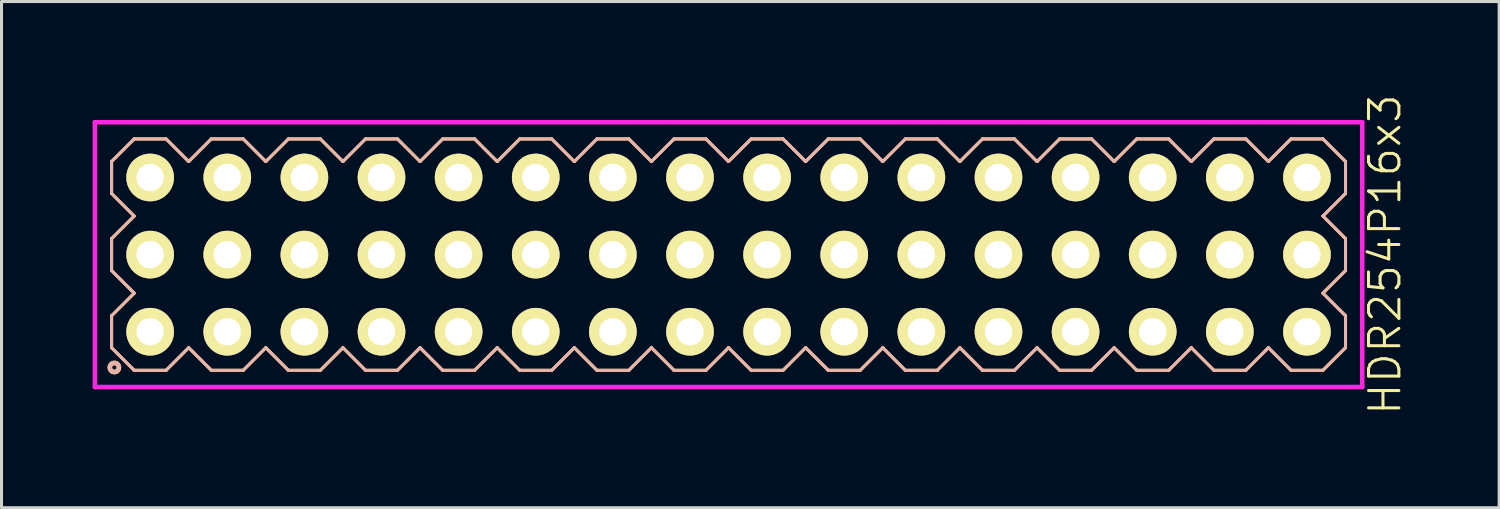
<source format=kicad_pcb>
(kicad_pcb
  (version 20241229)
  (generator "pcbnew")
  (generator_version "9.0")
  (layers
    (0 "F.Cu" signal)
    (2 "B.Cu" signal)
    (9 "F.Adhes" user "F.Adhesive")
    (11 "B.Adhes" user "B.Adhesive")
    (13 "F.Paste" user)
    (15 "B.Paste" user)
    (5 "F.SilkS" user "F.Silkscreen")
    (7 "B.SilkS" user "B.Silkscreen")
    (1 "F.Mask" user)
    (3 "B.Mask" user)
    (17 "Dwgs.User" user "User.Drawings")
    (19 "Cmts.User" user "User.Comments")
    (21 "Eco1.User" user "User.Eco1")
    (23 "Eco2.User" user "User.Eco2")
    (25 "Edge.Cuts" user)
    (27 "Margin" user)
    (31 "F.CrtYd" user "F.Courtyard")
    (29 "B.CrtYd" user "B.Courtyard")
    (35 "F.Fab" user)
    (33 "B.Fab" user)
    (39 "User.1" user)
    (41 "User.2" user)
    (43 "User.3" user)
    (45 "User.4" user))
  (footprint "HDR254P16x3"
    (layer "F.Cu")
    (at 20.945 5.336)
    (property "Reference" "HDR254P16x3" (at 21.62 0 90) (layer "F.SilkS") (effects (font (size 1 1) (thickness 0.1))))
    (attr through_hole)
    (fp_line (start -20.32 -3.066) (end -19.576 -3.81) (stroke (width 0.1) (type solid)) (layer "F.SilkS"))
    (fp_line (start -20.32 -2.014) (end -20.32 -3.066) (stroke (width 0.1) (type solid)) (layer "F.SilkS"))
    (fp_line (start -20.32 -0.526) (end -19.576 -1.27) (stroke (width 0.1) (type solid)) (layer "F.SilkS"))
    (fp_line (start -20.32 0.526) (end -20.32 -0.526) (stroke (width 0.1) (type solid)) (layer "F.SilkS"))
    (fp_line (start -20.32 2.014) (end -19.576 1.27) (stroke (width 0.1) (type solid)) (layer "F.SilkS"))
    (fp_line (start -20.32 3.066) (end -20.32 2.014) (stroke (width 0.1) (type solid)) (layer "F.SilkS"))
    (fp_line (start -19.576 -3.81) (end -18.524 -3.81) (stroke (width 0.1) (type solid)) (layer "F.SilkS"))
    (fp_line (start -19.576 -1.27) (end -20.32 -2.014) (stroke (width 0.1) (type solid)) (layer "F.SilkS"))
    (fp_line (start -19.576 1.27) (end -20.32 0.526) (stroke (width 0.1) (type solid)) (layer "F.SilkS"))
    (fp_line (start -19.576 3.81) (end -20.32 3.066) (stroke (width 0.1) (type solid)) (layer "F.SilkS"))
    (fp_line (start -18.524 -3.81) (end -17.78 -3.066) (stroke (width 0.1) (type solid)) (layer "F.SilkS"))
    (fp_line (start -18.524 3.81) (end -19.576 3.81) (stroke (width 0.1) (type solid)) (layer "F.SilkS"))
    (fp_line (start -17.78 -3.066) (end -17.036 -3.81) (stroke (width 0.1) (type solid)) (layer "F.SilkS"))
    (fp_line (start -17.78 3.066) (end -18.524 3.81) (stroke (width 0.1) (type solid)) (layer "F.SilkS"))
    (fp_line (start -17.036 -3.81) (end -15.984 -3.81) (stroke (width 0.1) (type solid)) (layer "F.SilkS"))
    (fp_line (start -17.036 3.81) (end -17.78 3.066) (stroke (width 0.1) (type solid)) (layer "F.SilkS"))
    (fp_line (start -15.984 -3.81) (end -15.24 -3.066) (stroke (width 0.1) (type solid)) (layer "F.SilkS"))
    (fp_line (start -15.984 3.81) (end -17.036 3.81) (stroke (width 0.1) (type solid)) (layer "F.SilkS"))
    (fp_line (start -15.24 -3.066) (end -14.496 -3.81) (stroke (width 0.1) (type solid)) (layer "F.SilkS"))
    (fp_line (start -15.24 3.066) (end -15.984 3.81) (stroke (width 0.1) (type solid)) (layer "F.SilkS"))
    (fp_line (start -14.496 -3.81) (end -13.444 -3.81) (stroke (width 0.1) (type solid)) (layer "F.SilkS"))
    (fp_line (start -14.496 3.81) (end -15.24 3.066) (stroke (width 0.1) (type solid)) (layer "F.SilkS"))
    (fp_line (start -13.444 -3.81) (end -12.7 -3.066) (stroke (width 0.1) (type solid)) (layer "F.SilkS"))
    (fp_line (start -13.444 3.81) (end -14.496 3.81) (stroke (width 0.1) (type solid)) (layer "F.SilkS"))
    (fp_line (start -12.7 -3.066) (end -11.956 -3.81) (stroke (width 0.1) (type solid)) (layer "F.SilkS"))
    (fp_line (start -12.7 3.066) (end -13.444 3.81) (stroke (width 0.1) (type solid)) (layer "F.SilkS"))
    (fp_line (start -11.956 -3.81) (end -10.904 -3.81) (stroke (width 0.1) (type solid)) (layer "F.SilkS"))
    (fp_line (start -11.956 3.81) (end -12.7 3.066) (stroke (width 0.1) (type solid)) (layer "F.SilkS"))
    (fp_line (start -10.904 -3.81) (end -10.16 -3.066) (stroke (width 0.1) (type solid)) (layer "F.SilkS"))
    (fp_line (start -10.904 3.81) (end -11.956 3.81) (stroke (width 0.1) (type solid)) (layer "F.SilkS"))
    (fp_line (start -10.16 -3.066) (end -9.416 -3.81) (stroke (width 0.1) (type solid)) (layer "F.SilkS"))
    (fp_line (start -10.16 3.066) (end -10.904 3.81) (stroke (width 0.1) (type solid)) (layer "F.SilkS"))
    (fp_line (start -9.416 -3.81) (end -8.364 -3.81) (stroke (width 0.1) (type solid)) (layer "F.SilkS"))
    (fp_line (start -9.416 3.81) (end -10.16 3.066) (stroke (width 0.1) (type solid)) (layer "F.SilkS"))
    (fp_line (start -8.364 -3.81) (end -7.62 -3.066) (stroke (width 0.1) (type solid)) (layer "F.SilkS"))
    (fp_line (start -8.364 3.81) (end -9.416 3.81) (stroke (width 0.1) (type solid)) (layer "F.SilkS"))
    (fp_line (start -7.62 -3.066) (end -6.876 -3.81) (stroke (width 0.1) (type solid)) (layer "F.SilkS"))
    (fp_line (start -7.62 3.066) (end -8.364 3.81) (stroke (width 0.1) (type solid)) (layer "F.SilkS"))
    (fp_line (start -6.876 -3.81) (end -5.824 -3.81) (stroke (width 0.1) (type solid)) (layer "F.SilkS"))
    (fp_line (start -6.876 3.81) (end -7.62 3.066) (stroke (width 0.1) (type solid)) (layer "F.SilkS"))
    (fp_line (start -5.824 -3.81) (end -5.08 -3.066) (stroke (width 0.1) (type solid)) (layer "F.SilkS"))
    (fp_line (start -5.824 3.81) (end -6.876 3.81) (stroke (width 0.1) (type solid)) (layer "F.SilkS"))
    (fp_line (start -5.08 -3.066) (end -4.336 -3.81) (stroke (width 0.1) (type solid)) (layer "F.SilkS"))
    (fp_line (start -5.08 3.066) (end -5.824 3.81) (stroke (width 0.1) (type solid)) (layer "F.SilkS"))
    (fp_line (start -4.336 -3.81) (end -3.284 -3.81) (stroke (width 0.1) (type solid)) (layer "F.SilkS"))
    (fp_line (start -4.336 3.81) (end -5.08 3.066) (stroke (width 0.1) (type solid)) (layer "F.SilkS"))
    (fp_line (start -3.284 -3.81) (end -2.54 -3.066) (stroke (width 0.1) (type solid)) (layer "F.SilkS"))
    (fp_line (start -3.284 3.81) (end -4.336 3.81) (stroke (width 0.1) (type solid)) (layer "F.SilkS"))
    (fp_line (start -2.54 -3.066) (end -1.796 -3.81) (stroke (width 0.1) (type solid)) (layer "F.SilkS"))
    (fp_line (start -2.54 3.066) (end -3.284 3.81) (stroke (width 0.1) (type solid)) (layer "F.SilkS"))
    (fp_line (start -1.796 -3.81) (end -0.744 -3.81) (stroke (width 0.1) (type solid)) (layer "F.SilkS"))
    (fp_line (start -1.796 3.81) (end -2.54 3.066) (stroke (width 0.1) (type solid)) (layer "F.SilkS"))
    (fp_line (start -0.744 -3.81) (end 0 -3.066) (stroke (width 0.1) (type solid)) (layer "F.SilkS"))
    (fp_line (start -0.744 3.81) (end -1.796 3.81) (stroke (width 0.1) (type solid)) (layer "F.SilkS"))
    (fp_line (start 0 -3.066) (end 0.744 -3.81) (stroke (width 0.1) (type solid)) (layer "F.SilkS"))
    (fp_line (start 0 3.066) (end -0.744 3.81) (stroke (width 0.1) (type solid)) (layer "F.SilkS"))
    (fp_line (start 0.744 -3.81) (end 1.796 -3.81) (stroke (width 0.1) (type solid)) (layer "F.SilkS"))
    (fp_line (start 0.744 3.81) (end 0 3.066) (stroke (width 0.1) (type solid)) (layer "F.SilkS"))
    (fp_line (start 1.796 -3.81) (end 2.54 -3.066) (stroke (width 0.1) (type solid)) (layer "F.SilkS"))
    (fp_line (start 1.796 3.81) (end 0.744 3.81) (stroke (width 0.1) (type solid)) (layer "F.SilkS"))
    (fp_line (start 2.54 -3.066) (end 3.284 -3.81) (stroke (width 0.1) (type solid)) (layer "F.SilkS"))
    (fp_line (start 2.54 3.066) (end 1.796 3.81) (stroke (width 0.1) (type solid)) (layer "F.SilkS"))
    (fp_line (start 3.284 -3.81) (end 4.336 -3.81) (stroke (width 0.1) (type solid)) (layer "F.SilkS"))
    (fp_line (start 3.284 3.81) (end 2.54 3.066) (stroke (width 0.1) (type solid)) (layer "F.SilkS"))
    (fp_line (start 4.336 -3.81) (end 5.08 -3.066) (stroke (width 0.1) (type solid)) (layer "F.SilkS"))
    (fp_line (start 4.336 3.81) (end 3.284 3.81) (stroke (width 0.1) (type solid)) (layer "F.SilkS"))
    (fp_line (start 5.08 -3.066) (end 5.824 -3.81) (stroke (width 0.1) (type solid)) (layer "F.SilkS"))
    (fp_line (start 5.08 3.066) (end 4.336 3.81) (stroke (width 0.1) (type solid)) (layer "F.SilkS"))
    (fp_line (start 5.824 -3.81) (end 6.876 -3.81) (stroke (width 0.1) (type solid)) (layer "F.SilkS"))
    (fp_line (start 5.824 3.81) (end 5.08 3.066) (stroke (width 0.1) (type solid)) (layer "F.SilkS"))
    (fp_line (start 6.876 -3.81) (end 7.62 -3.066) (stroke (width 0.1) (type solid)) (layer "F.SilkS"))
    (fp_line (start 6.876 3.81) (end 5.824 3.81) (stroke (width 0.1) (type solid)) (layer "F.SilkS"))
    (fp_line (start 7.62 -3.066) (end 8.364 -3.81) (stroke (width 0.1) (type solid)) (layer "F.SilkS"))
    (fp_line (start 7.62 3.066) (end 6.876 3.81) (stroke (width 0.1) (type solid)) (layer "F.SilkS"))
    (fp_line (start 8.364 -3.81) (end 9.416 -3.81) (stroke (width 0.1) (type solid)) (layer "F.SilkS"))
    (fp_line (start 8.364 3.81) (end 7.62 3.066) (stroke (width 0.1) (type solid)) (layer "F.SilkS"))
    (fp_line (start 9.416 -3.81) (end 10.16 -3.066) (stroke (width 0.1) (type solid)) (layer "F.SilkS"))
    (fp_line (start 9.416 3.81) (end 8.364 3.81) (stroke (width 0.1) (type solid)) (layer "F.SilkS"))
    (fp_line (start 10.16 -3.066) (end 10.904 -3.81) (stroke (width 0.1) (type solid)) (layer "F.SilkS"))
    (fp_line (start 10.16 3.066) (end 9.416 3.81) (stroke (width 0.1) (type solid)) (layer "F.SilkS"))
    (fp_line (start 10.904 -3.81) (end 11.956 -3.81) (stroke (width 0.1) (type solid)) (layer "F.SilkS"))
    (fp_line (start 10.904 3.81) (end 10.16 3.066) (stroke (width 0.1) (type solid)) (layer "F.SilkS"))
    (fp_line (start 11.956 -3.81) (end 12.7 -3.066) (stroke (width 0.1) (type solid)) (layer "F.SilkS"))
    (fp_line (start 11.956 3.81) (end 10.904 3.81) (stroke (width 0.1) (type solid)) (layer "F.SilkS"))
    (fp_line (start 12.7 -3.066) (end 13.444 -3.81) (stroke (width 0.1) (type solid)) (layer "F.SilkS"))
    (fp_line (start 12.7 3.066) (end 11.956 3.81) (stroke (width 0.1) (type solid)) (layer "F.SilkS"))
    (fp_line (start 13.444 -3.81) (end 14.496 -3.81) (stroke (width 0.1) (type solid)) (layer "F.SilkS"))
    (fp_line (start 13.444 3.81) (end 12.7 3.066) (stroke (width 0.1) (type solid)) (layer "F.SilkS"))
    (fp_line (start 14.496 -3.81) (end 15.24 -3.066) (stroke (width 0.1) (type solid)) (layer "F.SilkS"))
    (fp_line (start 14.496 3.81) (end 13.444 3.81) (stroke (width 0.1) (type solid)) (layer "F.SilkS"))
    (fp_line (start 15.24 -3.066) (end 15.984 -3.81) (stroke (width 0.1) (type solid)) (layer "F.SilkS"))
    (fp_line (start 15.24 3.066) (end 14.496 3.81) (stroke (width 0.1) (type solid)) (layer "F.SilkS"))
    (fp_line (start 15.984 -3.81) (end 17.036 -3.81) (stroke (width 0.1) (type solid)) (layer "F.SilkS"))
    (fp_line (start 15.984 3.81) (end 15.24 3.066) (stroke (width 0.1) (type solid)) (layer "F.SilkS"))
    (fp_line (start 17.036 -3.81) (end 17.78 -3.066) (stroke (width 0.1) (type solid)) (layer "F.SilkS"))
    (fp_line (start 17.036 3.81) (end 15.984 3.81) (stroke (width 0.1) (type solid)) (layer "F.SilkS"))
    (fp_line (start 17.78 -3.066) (end 18.524 -3.81) (stroke (width 0.1) (type solid)) (layer "F.SilkS"))
    (fp_line (start 17.78 3.066) (end 17.036 3.81) (stroke (width 0.1) (type solid)) (layer "F.SilkS"))
    (fp_line (start 18.524 -3.81) (end 19.576 -3.81) (stroke (width 0.1) (type solid)) (layer "F.SilkS"))
    (fp_line (start 18.524 3.81) (end 17.78 3.066) (stroke (width 0.1) (type solid)) (layer "F.SilkS"))
    (fp_line (start 19.576 -3.81) (end 20.32 -3.066) (stroke (width 0.1) (type solid)) (layer "F.SilkS"))
    (fp_line (start 19.576 -1.27) (end 20.32 -0.526) (stroke (width 0.1) (type solid)) (layer "F.SilkS"))
    (fp_line (start 19.576 1.27) (end 20.32 2.014) (stroke (width 0.1) (type solid)) (layer "F.SilkS"))
    (fp_line (start 19.576 3.81) (end 18.524 3.81) (stroke (width 0.1) (type solid)) (layer "F.SilkS"))
    (fp_line (start 20.32 -3.066) (end 20.32 -2.014) (stroke (width 0.1) (type solid)) (layer "F.SilkS"))
    (fp_line (start 20.32 -2.014) (end 19.576 -1.27) (stroke (width 0.1) (type solid)) (layer "F.SilkS"))
    (fp_line (start 20.32 -0.526) (end 20.32 0.526) (stroke (width 0.1) (type solid)) (layer "F.SilkS"))
    (fp_line (start 20.32 0.526) (end 19.576 1.27) (stroke (width 0.1) (type solid)) (layer "F.SilkS"))
    (fp_line (start 20.32 2.014) (end 20.32 3.066) (stroke (width 0.1) (type solid)) (layer "F.SilkS"))
    (fp_line (start 20.32 3.066) (end 19.576 3.81) (stroke (width 0.1) (type solid)) (layer "F.SilkS"))
    (fp_circle (center -20.228 3.718) (end -20.078 3.718) (stroke (width 0.15) (type solid)) (fill no) (layer "F.SilkS"))
    (fp_line (start -20.32 -3.066) (end -19.576 -3.81) (stroke (width 0.1) (type solid)) (layer "B.SilkS"))
    (fp_line (start -20.32 -2.014) (end -20.32 -3.066) (stroke (width 0.1) (type solid)) (layer "B.SilkS"))
    (fp_line (start -20.32 -0.526) (end -19.576 -1.27) (stroke (width 0.1) (type solid)) (layer "B.SilkS"))
    (fp_line (start -20.32 0.526) (end -20.32 -0.526) (stroke (width 0.1) (type solid)) (layer "B.SilkS"))
    (fp_line (start -20.32 2.014) (end -19.576 1.27) (stroke (width 0.1) (type solid)) (layer "B.SilkS"))
    (fp_line (start -20.32 3.066) (end -20.32 2.014) (stroke (width 0.1) (type solid)) (layer "B.SilkS"))
    (fp_line (start -19.576 -3.81) (end -18.524 -3.81) (stroke (width 0.1) (type solid)) (layer "B.SilkS"))
    (fp_line (start -19.576 -1.27) (end -20.32 -2.014) (stroke (width 0.1) (type solid)) (layer "B.SilkS"))
    (fp_line (start -19.576 1.27) (end -20.32 0.526) (stroke (width 0.1) (type solid)) (layer "B.SilkS"))
    (fp_line (start -19.576 3.81) (end -20.32 3.066) (stroke (width 0.1) (type solid)) (layer "B.SilkS"))
    (fp_line (start -18.524 -3.81) (end -17.78 -3.066) (stroke (width 0.1) (type solid)) (layer "B.SilkS"))
    (fp_line (start -18.524 3.81) (end -19.576 3.81) (stroke (width 0.1) (type solid)) (layer "B.SilkS"))
    (fp_line (start -17.78 -3.066) (end -17.036 -3.81) (stroke (width 0.1) (type solid)) (layer "B.SilkS"))
    (fp_line (start -17.78 3.066) (end -18.524 3.81) (stroke (width 0.1) (type solid)) (layer "B.SilkS"))
    (fp_line (start -17.036 -3.81) (end -15.984 -3.81) (stroke (width 0.1) (type solid)) (layer "B.SilkS"))
    (fp_line (start -17.036 3.81) (end -17.78 3.066) (stroke (width 0.1) (type solid)) (layer "B.SilkS"))
    (fp_line (start -15.984 -3.81) (end -15.24 -3.066) (stroke (width 0.1) (type solid)) (layer "B.SilkS"))
    (fp_line (start -15.984 3.81) (end -17.036 3.81) (stroke (width 0.1) (type solid)) (layer "B.SilkS"))
    (fp_line (start -15.24 -3.066) (end -14.496 -3.81) (stroke (width 0.1) (type solid)) (layer "B.SilkS"))
    (fp_line (start -15.24 3.066) (end -15.984 3.81) (stroke (width 0.1) (type solid)) (layer "B.SilkS"))
    (fp_line (start -14.496 -3.81) (end -13.444 -3.81) (stroke (width 0.1) (type solid)) (layer "B.SilkS"))
    (fp_line (start -14.496 3.81) (end -15.24 3.066) (stroke (width 0.1) (type solid)) (layer "B.SilkS"))
    (fp_line (start -13.444 -3.81) (end -12.7 -3.066) (stroke (width 0.1) (type solid)) (layer "B.SilkS"))
    (fp_line (start -13.444 3.81) (end -14.496 3.81) (stroke (width 0.1) (type solid)) (layer "B.SilkS"))
    (fp_line (start -12.7 -3.066) (end -11.956 -3.81) (stroke (width 0.1) (type solid)) (layer "B.SilkS"))
    (fp_line (start -12.7 3.066) (end -13.444 3.81) (stroke (width 0.1) (type solid)) (layer "B.SilkS"))
    (fp_line (start -11.956 -3.81) (end -10.904 -3.81) (stroke (width 0.1) (type solid)) (layer "B.SilkS"))
    (fp_line (start -11.956 3.81) (end -12.7 3.066) (stroke (width 0.1) (type solid)) (layer "B.SilkS"))
    (fp_line (start -10.904 -3.81) (end -10.16 -3.066) (stroke (width 0.1) (type solid)) (layer "B.SilkS"))
    (fp_line (start -10.904 3.81) (end -11.956 3.81) (stroke (width 0.1) (type solid)) (layer "B.SilkS"))
    (fp_line (start -10.16 -3.066) (end -9.416 -3.81) (stroke (width 0.1) (type solid)) (layer "B.SilkS"))
    (fp_line (start -10.16 3.066) (end -10.904 3.81) (stroke (width 0.1) (type solid)) (layer "B.SilkS"))
    (fp_line (start -9.416 -3.81) (end -8.364 -3.81) (stroke (width 0.1) (type solid)) (layer "B.SilkS"))
    (fp_line (start -9.416 3.81) (end -10.16 3.066) (stroke (width 0.1) (type solid)) (layer "B.SilkS"))
    (fp_line (start -8.364 -3.81) (end -7.62 -3.066) (stroke (width 0.1) (type solid)) (layer "B.SilkS"))
    (fp_line (start -8.364 3.81) (end -9.416 3.81) (stroke (width 0.1) (type solid)) (layer "B.SilkS"))
    (fp_line (start -7.62 -3.066) (end -6.876 -3.81) (stroke (width 0.1) (type solid)) (layer "B.SilkS"))
    (fp_line (start -7.62 3.066) (end -8.364 3.81) (stroke (width 0.1) (type solid)) (layer "B.SilkS"))
    (fp_line (start -6.876 -3.81) (end -5.824 -3.81) (stroke (width 0.1) (type solid)) (layer "B.SilkS"))
    (fp_line (start -6.876 3.81) (end -7.62 3.066) (stroke (width 0.1) (type solid)) (layer "B.SilkS"))
    (fp_line (start -5.824 -3.81) (end -5.08 -3.066) (stroke (width 0.1) (type solid)) (layer "B.SilkS"))
    (fp_line (start -5.824 3.81) (end -6.876 3.81) (stroke (width 0.1) (type solid)) (layer "B.SilkS"))
    (fp_line (start -5.08 -3.066) (end -4.336 -3.81) (stroke (width 0.1) (type solid)) (layer "B.SilkS"))
    (fp_line (start -5.08 3.066) (end -5.824 3.81) (stroke (width 0.1) (type solid)) (layer "B.SilkS"))
    (fp_line (start -4.336 -3.81) (end -3.284 -3.81) (stroke (width 0.1) (type solid)) (layer "B.SilkS"))
    (fp_line (start -4.336 3.81) (end -5.08 3.066) (stroke (width 0.1) (type solid)) (layer "B.SilkS"))
    (fp_line (start -3.284 -3.81) (end -2.54 -3.066) (stroke (width 0.1) (type solid)) (layer "B.SilkS"))
    (fp_line (start -3.284 3.81) (end -4.336 3.81) (stroke (width 0.1) (type solid)) (layer "B.SilkS"))
    (fp_line (start -2.54 -3.066) (end -1.796 -3.81) (stroke (width 0.1) (type solid)) (layer "B.SilkS"))
    (fp_line (start -2.54 3.066) (end -3.284 3.81) (stroke (width 0.1) (type solid)) (layer "B.SilkS"))
    (fp_line (start -1.796 -3.81) (end -0.744 -3.81) (stroke (width 0.1) (type solid)) (layer "B.SilkS"))
    (fp_line (start -1.796 3.81) (end -2.54 3.066) (stroke (width 0.1) (type solid)) (layer "B.SilkS"))
    (fp_line (start -0.744 -3.81) (end 0 -3.066) (stroke (width 0.1) (type solid)) (layer "B.SilkS"))
    (fp_line (start -0.744 3.81) (end -1.796 3.81) (stroke (width 0.1) (type solid)) (layer "B.SilkS"))
    (fp_line (start 0 -3.066) (end 0.744 -3.81) (stroke (width 0.1) (type solid)) (layer "B.SilkS"))
    (fp_line (start 0 3.066) (end -0.744 3.81) (stroke (width 0.1) (type solid)) (layer "B.SilkS"))
    (fp_line (start 0.744 -3.81) (end 1.796 -3.81) (stroke (width 0.1) (type solid)) (layer "B.SilkS"))
    (fp_line (start 0.744 3.81) (end 0 3.066) (stroke (width 0.1) (type solid)) (layer "B.SilkS"))
    (fp_line (start 1.796 -3.81) (end 2.54 -3.066) (stroke (width 0.1) (type solid)) (layer "B.SilkS"))
    (fp_line (start 1.796 3.81) (end 0.744 3.81) (stroke (width 0.1) (type solid)) (layer "B.SilkS"))
    (fp_line (start 2.54 -3.066) (end 3.284 -3.81) (stroke (width 0.1) (type solid)) (layer "B.SilkS"))
    (fp_line (start 2.54 3.066) (end 1.796 3.81) (stroke (width 0.1) (type solid)) (layer "B.SilkS"))
    (fp_line (start 3.284 -3.81) (end 4.336 -3.81) (stroke (width 0.1) (type solid)) (layer "B.SilkS"))
    (fp_line (start 3.284 3.81) (end 2.54 3.066) (stroke (width 0.1) (type solid)) (layer "B.SilkS"))
    (fp_line (start 4.336 -3.81) (end 5.08 -3.066) (stroke (width 0.1) (type solid)) (layer "B.SilkS"))
    (fp_line (start 4.336 3.81) (end 3.284 3.81) (stroke (width 0.1) (type solid)) (layer "B.SilkS"))
    (fp_line (start 5.08 -3.066) (end 5.824 -3.81) (stroke (width 0.1) (type solid)) (layer "B.SilkS"))
    (fp_line (start 5.08 3.066) (end 4.336 3.81) (stroke (width 0.1) (type solid)) (layer "B.SilkS"))
    (fp_line (start 5.824 -3.81) (end 6.876 -3.81) (stroke (width 0.1) (type solid)) (layer "B.SilkS"))
    (fp_line (start 5.824 3.81) (end 5.08 3.066) (stroke (width 0.1) (type solid)) (layer "B.SilkS"))
    (fp_line (start 6.876 -3.81) (end 7.62 -3.066) (stroke (width 0.1) (type solid)) (layer "B.SilkS"))
    (fp_line (start 6.876 3.81) (end 5.824 3.81) (stroke (width 0.1) (type solid)) (layer "B.SilkS"))
    (fp_line (start 7.62 -3.066) (end 8.364 -3.81) (stroke (width 0.1) (type solid)) (layer "B.SilkS"))
    (fp_line (start 7.62 3.066) (end 6.876 3.81) (stroke (width 0.1) (type solid)) (layer "B.SilkS"))
    (fp_line (start 8.364 -3.81) (end 9.416 -3.81) (stroke (width 0.1) (type solid)) (layer "B.SilkS"))
    (fp_line (start 8.364 3.81) (end 7.62 3.066) (stroke (width 0.1) (type solid)) (layer "B.SilkS"))
    (fp_line (start 9.416 -3.81) (end 10.16 -3.066) (stroke (width 0.1) (type solid)) (layer "B.SilkS"))
    (fp_line (start 9.416 3.81) (end 8.364 3.81) (stroke (width 0.1) (type solid)) (layer "B.SilkS"))
    (fp_line (start 10.16 -3.066) (end 10.904 -3.81) (stroke (width 0.1) (type solid)) (layer "B.SilkS"))
    (fp_line (start 10.16 3.066) (end 9.416 3.81) (stroke (width 0.1) (type solid)) (layer "B.SilkS"))
    (fp_line (start 10.904 -3.81) (end 11.956 -3.81) (stroke (width 0.1) (type solid)) (layer "B.SilkS"))
    (fp_line (start 10.904 3.81) (end 10.16 3.066) (stroke (width 0.1) (type solid)) (layer "B.SilkS"))
    (fp_line (start 11.956 -3.81) (end 12.7 -3.066) (stroke (width 0.1) (type solid)) (layer "B.SilkS"))
    (fp_line (start 11.956 3.81) (end 10.904 3.81) (stroke (width 0.1) (type solid)) (layer "B.SilkS"))
    (fp_line (start 12.7 -3.066) (end 13.444 -3.81) (stroke (width 0.1) (type solid)) (layer "B.SilkS"))
    (fp_line (start 12.7 3.066) (end 11.956 3.81) (stroke (width 0.1) (type solid)) (layer "B.SilkS"))
    (fp_line (start 13.444 -3.81) (end 14.496 -3.81) (stroke (width 0.1) (type solid)) (layer "B.SilkS"))
    (fp_line (start 13.444 3.81) (end 12.7 3.066) (stroke (width 0.1) (type solid)) (layer "B.SilkS"))
    (fp_line (start 14.496 -3.81) (end 15.24 -3.066) (stroke (width 0.1) (type solid)) (layer "B.SilkS"))
    (fp_line (start 14.496 3.81) (end 13.444 3.81) (stroke (width 0.1) (type solid)) (layer "B.SilkS"))
    (fp_line (start 15.24 -3.066) (end 15.984 -3.81) (stroke (width 0.1) (type solid)) (layer "B.SilkS"))
    (fp_line (start 15.24 3.066) (end 14.496 3.81) (stroke (width 0.1) (type solid)) (layer "B.SilkS"))
    (fp_line (start 15.984 -3.81) (end 17.036 -3.81) (stroke (width 0.1) (type solid)) (layer "B.SilkS"))
    (fp_line (start 15.984 3.81) (end 15.24 3.066) (stroke (width 0.1) (type solid)) (layer "B.SilkS"))
    (fp_line (start 17.036 -3.81) (end 17.78 -3.066) (stroke (width 0.1) (type solid)) (layer "B.SilkS"))
    (fp_line (start 17.036 3.81) (end 15.984 3.81) (stroke (width 0.1) (type solid)) (layer "B.SilkS"))
    (fp_line (start 17.78 -3.066) (end 18.524 -3.81) (stroke (width 0.1) (type solid)) (layer "B.SilkS"))
    (fp_line (start 17.78 3.066) (end 17.036 3.81) (stroke (width 0.1) (type solid)) (layer "B.SilkS"))
    (fp_line (start 18.524 -3.81) (end 19.576 -3.81) (stroke (width 0.1) (type solid)) (layer "B.SilkS"))
    (fp_line (start 18.524 3.81) (end 17.78 3.066) (stroke (width 0.1) (type solid)) (layer "B.SilkS"))
    (fp_line (start 19.576 -3.81) (end 20.32 -3.066) (stroke (width 0.1) (type solid)) (layer "B.SilkS"))
    (fp_line (start 19.576 -1.27) (end 20.32 -0.526) (stroke (width 0.1) (type solid)) (layer "B.SilkS"))
    (fp_line (start 19.576 1.27) (end 20.32 2.014) (stroke (width 0.1) (type solid)) (layer "B.SilkS"))
    (fp_line (start 19.576 3.81) (end 18.524 3.81) (stroke (width 0.1) (type solid)) (layer "B.SilkS"))
    (fp_line (start 20.32 -3.066) (end 20.32 -2.014) (stroke (width 0.1) (type solid)) (layer "B.SilkS"))
    (fp_line (start 20.32 -2.014) (end 19.576 -1.27) (stroke (width 0.1) (type solid)) (layer "B.SilkS"))
    (fp_line (start 20.32 -0.526) (end 20.32 0.526) (stroke (width 0.1) (type solid)) (layer "B.SilkS"))
    (fp_line (start 20.32 0.526) (end 19.576 1.27) (stroke (width 0.1) (type solid)) (layer "B.SilkS"))
    (fp_line (start 20.32 2.014) (end 20.32 3.066) (stroke (width 0.1) (type solid)) (layer "B.SilkS"))
    (fp_line (start 20.32 3.066) (end 19.576 3.81) (stroke (width 0.1) (type solid)) (layer "B.SilkS"))
    (fp_circle (center -20.228 3.718) (end -20.078 3.718) (stroke (width 0.15) (type solid)) (fill no) (layer "B.SilkS"))
    (fp_line (start -20.87 -4.36) (end -20.87 4.36) (stroke (width 0.15) (type solid)) (layer "F.CrtYd"))
    (fp_line (start -20.87 4.36) (end 20.87 4.36) (stroke (width 0.15) (type solid)) (layer "F.CrtYd"))
    (fp_line (start 20.87 -4.36) (end -20.87 -4.36) (stroke (width 0.15) (type solid)) (layer "F.CrtYd"))
    (fp_line (start 20.87 4.36) (end 20.87 -4.36) (stroke (width 0.15) (type solid)) (layer "F.CrtYd"))
    (pad "1" thru_hole oval (at -19.05 2.54) (size 1.57 1.57) (drill 0.9) (layers "*.Cu" "*.Mask" "F.SilkS"))
    (pad "2" thru_hole oval (at -19.05 0) (size 1.57 1.57) (drill 0.9) (layers "*.Cu" "*.Mask" "F.SilkS"))
    (pad "3" thru_hole oval (at -19.05 -2.54) (size 1.57 1.57) (drill 0.9) (layers "*.Cu" "*.Mask" "F.SilkS"))
    (pad "4" thru_hole oval (at -16.51 2.54) (size 1.57 1.57) (drill 0.9) (layers "*.Cu" "*.Mask" "F.SilkS"))
    (pad "5" thru_hole oval (at -16.51 0) (size 1.57 1.57) (drill 0.9) (layers "*.Cu" "*.Mask" "F.SilkS"))
    (pad "6" thru_hole oval (at -16.51 -2.54) (size 1.57 1.57) (drill 0.9) (layers "*.Cu" "*.Mask" "F.SilkS"))
    (pad "7" thru_hole oval (at -13.97 2.54) (size 1.57 1.57) (drill 0.9) (layers "*.Cu" "*.Mask" "F.SilkS"))
    (pad "8" thru_hole oval (at -13.97 0) (size 1.57 1.57) (drill 0.9) (layers "*.Cu" "*.Mask" "F.SilkS"))
    (pad "9" thru_hole oval (at -13.97 -2.54) (size 1.57 1.57) (drill 0.9) (layers "*.Cu" "*.Mask" "F.SilkS"))
    (pad "10" thru_hole oval (at -11.43 2.54) (size 1.57 1.57) (drill 0.9) (layers "*.Cu" "*.Mask" "F.SilkS"))
    (pad "11" thru_hole oval (at -11.43 0) (size 1.57 1.57) (drill 0.9) (layers "*.Cu" "*.Mask" "F.SilkS"))
    (pad "12" thru_hole oval (at -11.43 -2.54) (size 1.57 1.57) (drill 0.9) (layers "*.Cu" "*.Mask" "F.SilkS"))
    (pad "13" thru_hole oval (at -8.89 2.54) (size 1.57 1.57) (drill 0.9) (layers "*.Cu" "*.Mask" "F.SilkS"))
    (pad "14" thru_hole oval (at -8.89 0) (size 1.57 1.57) (drill 0.9) (layers "*.Cu" "*.Mask" "F.SilkS"))
    (pad "15" thru_hole oval (at -8.89 -2.54) (size 1.57 1.57) (drill 0.9) (layers "*.Cu" "*.Mask" "F.SilkS"))
    (pad "16" thru_hole oval (at -6.35 2.54) (size 1.57 1.57) (drill 0.9) (layers "*.Cu" "*.Mask" "F.SilkS"))
    (pad "17" thru_hole oval (at -6.35 0) (size 1.57 1.57) (drill 0.9) (layers "*.Cu" "*.Mask" "F.SilkS"))
    (pad "18" thru_hole oval (at -6.35 -2.54) (size 1.57 1.57) (drill 0.9) (layers "*.Cu" "*.Mask" "F.SilkS"))
    (pad "19" thru_hole oval (at -3.81 2.54) (size 1.57 1.57) (drill 0.9) (layers "*.Cu" "*.Mask" "F.SilkS"))
    (pad "20" thru_hole oval (at -3.81 0) (size 1.57 1.57) (drill 0.9) (layers "*.Cu" "*.Mask" "F.SilkS"))
    (pad "21" thru_hole oval (at -3.81 -2.54) (size 1.57 1.57) (drill 0.9) (layers "*.Cu" "*.Mask" "F.SilkS"))
    (pad "22" thru_hole oval (at -1.27 2.54) (size 1.57 1.57) (drill 0.9) (layers "*.Cu" "*.Mask" "F.SilkS"))
    (pad "23" thru_hole oval (at -1.27 0) (size 1.57 1.57) (drill 0.9) (layers "*.Cu" "*.Mask" "F.SilkS"))
    (pad "24" thru_hole oval (at -1.27 -2.54) (size 1.57 1.57) (drill 0.9) (layers "*.Cu" "*.Mask" "F.SilkS"))
    (pad "25" thru_hole oval (at 1.27 2.54) (size 1.57 1.57) (drill 0.9) (layers "*.Cu" "*.Mask" "F.SilkS"))
    (pad "26" thru_hole oval (at 1.27 0) (size 1.57 1.57) (drill 0.9) (layers "*.Cu" "*.Mask" "F.SilkS"))
    (pad "27" thru_hole oval (at 1.27 -2.54) (size 1.57 1.57) (drill 0.9) (layers "*.Cu" "*.Mask" "F.SilkS"))
    (pad "28" thru_hole oval (at 3.81 2.54) (size 1.57 1.57) (drill 0.9) (layers "*.Cu" "*.Mask" "F.SilkS"))
    (pad "29" thru_hole oval (at 3.81 0) (size 1.57 1.57) (drill 0.9) (layers "*.Cu" "*.Mask" "F.SilkS"))
    (pad "30" thru_hole oval (at 3.81 -2.54) (size 1.57 1.57) (drill 0.9) (layers "*.Cu" "*.Mask" "F.SilkS"))
    (pad "31" thru_hole oval (at 6.35 2.54) (size 1.57 1.57) (drill 0.9) (layers "*.Cu" "*.Mask" "F.SilkS"))
    (pad "32" thru_hole oval (at 6.35 0) (size 1.57 1.57) (drill 0.9) (layers "*.Cu" "*.Mask" "F.SilkS"))
    (pad "33" thru_hole oval (at 6.35 -2.54) (size 1.57 1.57) (drill 0.9) (layers "*.Cu" "*.Mask" "F.SilkS"))
    (pad "34" thru_hole oval (at 8.89 2.54) (size 1.57 1.57) (drill 0.9) (layers "*.Cu" "*.Mask" "F.SilkS"))
    (pad "35" thru_hole oval (at 8.89 0) (size 1.57 1.57) (drill 0.9) (layers "*.Cu" "*.Mask" "F.SilkS"))
    (pad "36" thru_hole oval (at 8.89 -2.54) (size 1.57 1.57) (drill 0.9) (layers "*.Cu" "*.Mask" "F.SilkS"))
    (pad "37" thru_hole oval (at 11.43 2.54) (size 1.57 1.57) (drill 0.9) (layers "*.Cu" "*.Mask" "F.SilkS"))
    (pad "38" thru_hole oval (at 11.43 0) (size 1.57 1.57) (drill 0.9) (layers "*.Cu" "*.Mask" "F.SilkS"))
    (pad "39" thru_hole oval (at 11.43 -2.54) (size 1.57 1.57) (drill 0.9) (layers "*.Cu" "*.Mask" "F.SilkS"))
    (pad "40" thru_hole oval (at 13.97 2.54) (size 1.57 1.57) (drill 0.9) (layers "*.Cu" "*.Mask" "F.SilkS"))
    (pad "41" thru_hole oval (at 13.97 0) (size 1.57 1.57) (drill 0.9) (layers "*.Cu" "*.Mask" "F.SilkS"))
    (pad "42" thru_hole oval (at 13.97 -2.54) (size 1.57 1.57) (drill 0.9) (layers "*.Cu" "*.Mask" "F.SilkS"))
    (pad "43" thru_hole oval (at 16.51 2.54) (size 1.57 1.57) (drill 0.9) (layers "*.Cu" "*.Mask" "F.SilkS"))
    (pad "44" thru_hole oval (at 16.51 0) (size 1.57 1.57) (drill 0.9) (layers "*.Cu" "*.Mask" "F.SilkS"))
    (pad "45" thru_hole oval (at 16.51 -2.54) (size 1.57 1.57) (drill 0.9) (layers "*.Cu" "*.Mask" "F.SilkS"))
    (pad "46" thru_hole oval (at 19.05 2.54) (size 1.57 1.57) (drill 0.9) (layers "*.Cu" "*.Mask" "F.SilkS"))
    (pad "47" thru_hole oval (at 19.05 0) (size 1.57 1.57) (drill 0.9) (layers "*.Cu" "*.Mask" "F.SilkS"))
    (pad "48" thru_hole oval (at 19.05 -2.54) (size 1.57 1.57) (drill 0.9) (layers "*.Cu" "*.Mask" "F.SilkS")))
  (gr_rect
    (start -3 -3)
    (end 46.325 13.671)
    (stroke (width 0.1) (type default))
    (fill no)
    (layer "Edge.Cuts")))
</source>
